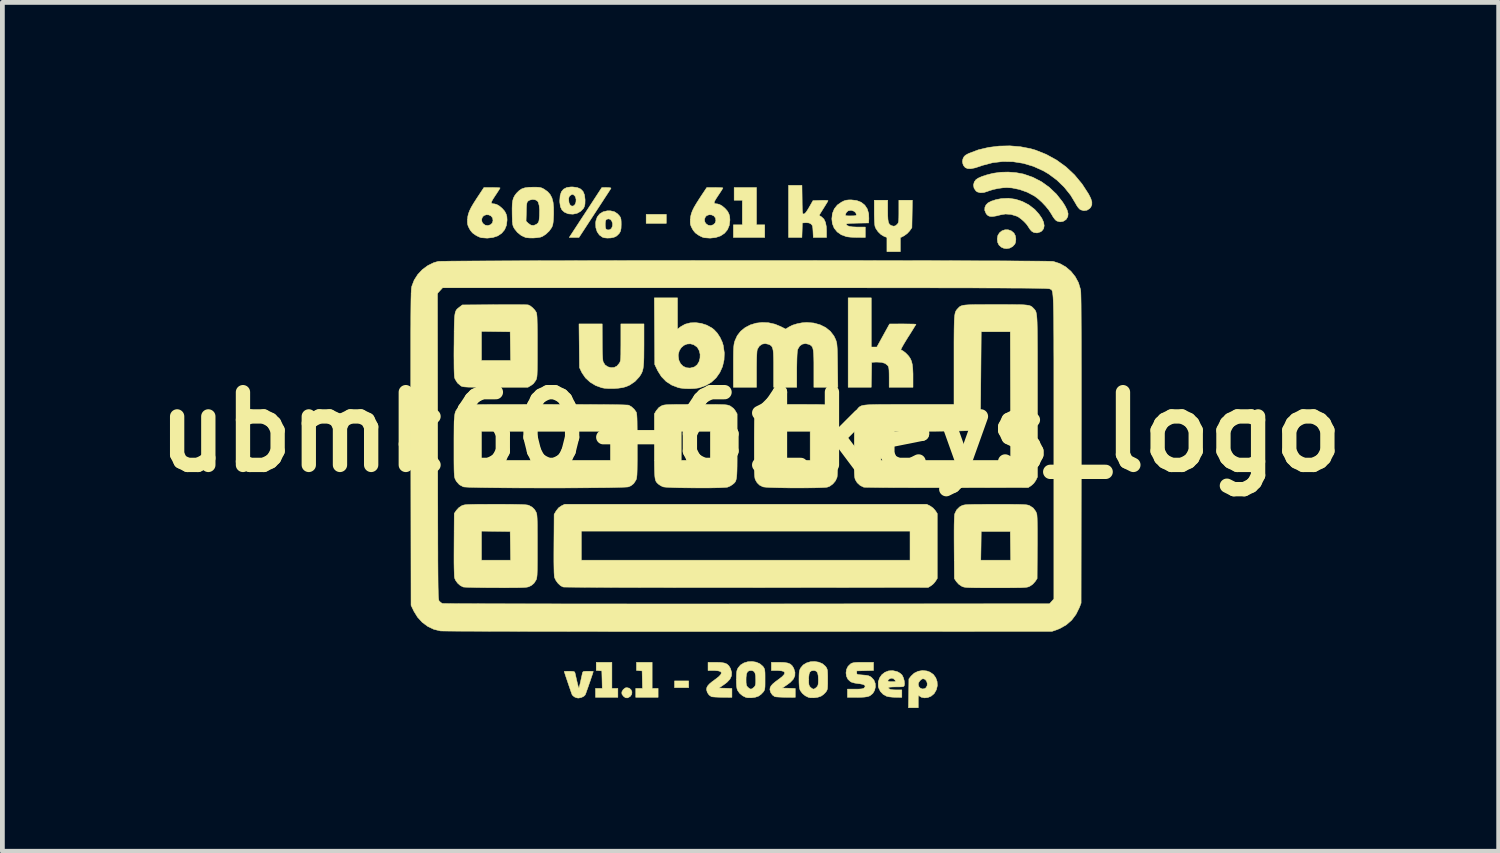
<source format=kicad_pcb>
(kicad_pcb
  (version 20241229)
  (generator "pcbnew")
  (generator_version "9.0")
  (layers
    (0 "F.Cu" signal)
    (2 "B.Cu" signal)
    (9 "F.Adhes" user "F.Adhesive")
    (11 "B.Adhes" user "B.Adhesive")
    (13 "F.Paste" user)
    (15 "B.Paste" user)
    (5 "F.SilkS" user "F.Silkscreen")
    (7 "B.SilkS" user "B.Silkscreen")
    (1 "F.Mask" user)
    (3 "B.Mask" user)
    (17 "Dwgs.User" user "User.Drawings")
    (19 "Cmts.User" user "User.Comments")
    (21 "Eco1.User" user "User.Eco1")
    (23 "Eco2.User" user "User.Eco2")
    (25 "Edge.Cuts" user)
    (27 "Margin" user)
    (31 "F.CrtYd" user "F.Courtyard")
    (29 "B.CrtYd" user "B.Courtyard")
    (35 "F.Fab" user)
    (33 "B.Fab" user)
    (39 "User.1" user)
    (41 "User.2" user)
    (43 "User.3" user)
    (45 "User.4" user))
  (footprint "ubmk60-61keys_logo"
    (layer "F.Cu")
    (at 12.671 5.999)
    (property "Reference" "ubmk60-61keys_logo" (at 0 0 0) (layer "F.SilkS") (effects (font (size 1.524 1.524) (thickness 0.3))))
    (attr through_hole)
    (fp_poly (pts (xy -1.764 -4.371) (xy -2.186 -4.371) (xy -2.186 -4.559) (xy -1.764 -4.559) (xy -1.764 -4.371)) (stroke (width 0.01) (type solid)) (fill yes) (layer "F.SilkS"))
    (fp_poly (pts (xy -1.296 5.355) (xy -1.592 5.355) (xy -1.592 5.214) (xy -1.296 5.214) (xy -1.296 5.355)) (stroke (width 0.01) (type solid)) (fill yes) (layer "F.SilkS"))
    (fp_poly (pts (xy 0.125 -4.34) (xy 0.297 -4.34) (xy 0.297 -4.075) (xy -0.359 -4.075) (xy -0.359 -4.34) (xy -0.172 -4.34) (xy -0.172 -4.855) (xy -0.343 -4.855) (xy -0.343 -5.121) (xy 0.125 -5.121) (xy 0.125 -4.34)) (stroke (width 0.01) (type solid)) (fill yes) (layer "F.SilkS"))
    (fp_poly (pts (xy -2.904 5.37) (xy -2.779 5.37) (xy -2.779 5.558) (xy -3.247 5.558) (xy -3.247 5.37) (xy -3.106 5.37) (xy -3.11 5.187) (xy -3.115 5.004) (xy -3.173 4.999) (xy -3.232 4.994) (xy -3.232 4.824) (xy -2.904 4.824) (xy -2.904 5.37)) (stroke (width 0.01) (type solid)) (fill yes) (layer "F.SilkS"))
    (fp_poly (pts (xy -2.061 5.37) (xy -1.936 5.37) (xy -1.936 5.558) (xy -2.404 5.558) (xy -2.404 5.37) (xy -2.263 5.37) (xy -2.267 5.187) (xy -2.271 5.004) (xy -2.33 4.999) (xy -2.389 4.994) (xy -2.389 4.824) (xy -2.061 4.824) (xy -2.061 5.37)) (stroke (width 0.01) (type solid)) (fill yes) (layer "F.SilkS"))
    (fp_poly (pts (xy -2.538 5.367) (xy -2.502 5.4) (xy -2.484 5.444) (xy -2.488 5.492) (xy -2.517 5.535) (xy -2.523 5.541) (xy -2.573 5.569) (xy -2.618 5.567) (xy -2.662 5.535) (xy -2.662 5.535) (xy -2.694 5.49) (xy -2.696 5.446) (xy -2.668 5.396) (xy -2.668 5.396) (xy -2.625 5.361) (xy -2.59 5.355) (xy -2.538 5.367)) (stroke (width 0.01) (type solid)) (fill yes) (layer "F.SilkS"))
    (fp_poly (pts (xy 5.461 -4.214) (xy 5.518 -4.167) (xy 5.547 -4.111) (xy 5.558 -4.042) (xy 5.551 -3.974) (xy 5.537 -3.937) (xy 5.492 -3.887) (xy 5.429 -3.852) (xy 5.363 -3.841) (xy 5.305 -3.849) (xy 5.255 -3.871) (xy 5.254 -3.871) (xy 5.204 -3.916) (xy 5.176 -3.974) (xy 5.168 -4.046) (xy 5.181 -4.118) (xy 5.216 -4.174) (xy 5.268 -4.215) (xy 5.33 -4.236) (xy 5.396 -4.236) (xy 5.461 -4.214)) (stroke (width 0.01) (type solid)) (fill yes) (layer "F.SilkS"))
    (fp_poly (pts (xy -2.966 -5.119) (xy -2.932 -5.114) (xy -2.922 -5.108) (xy -2.931 -5.092) (xy -2.956 -5.053) (xy -2.994 -4.994) (xy -3.044 -4.918) (xy -3.103 -4.827) (xy -3.17 -4.724) (xy -3.243 -4.612) (xy -3.261 -4.585) (xy -3.594 -4.075) (xy -3.797 -4.075) (xy -3.77 -4.118) (xy -3.755 -4.14) (xy -3.725 -4.186) (xy -3.683 -4.251) (xy -3.629 -4.333) (xy -3.568 -4.427) (xy -3.499 -4.532) (xy -3.428 -4.64) (xy -3.115 -5.12) (xy -3.016 -5.121) (xy -2.966 -5.119)) (stroke (width 0.01) (type solid)) (fill yes) (layer "F.SilkS"))
    (fp_poly (pts (xy -0.624 4.827) (xy -0.55 4.839) (xy -0.496 4.86) (xy -0.456 4.895) (xy -0.425 4.945) (xy -0.42 4.955) (xy -0.396 5.035) (xy -0.399 5.108) (xy -0.431 5.177) (xy -0.493 5.243) (xy -0.558 5.292) (xy -0.663 5.363) (xy -0.527 5.367) (xy -0.39 5.372) (xy -0.39 5.558) (xy -0.589 5.557) (xy -0.668 5.555) (xy -0.737 5.552) (xy -0.791 5.548) (xy -0.82 5.543) (xy -0.821 5.542) (xy -0.868 5.509) (xy -0.904 5.457) (xy -0.921 5.4) (xy -0.921 5.393) (xy -0.916 5.355) (xy -0.897 5.318) (xy -0.862 5.278) (xy -0.806 5.231) (xy -0.734 5.178) (xy -0.663 5.123) (xy -0.622 5.078) (xy -0.61 5.043) (xy -0.628 5.018) (xy -0.676 5.003) (xy -0.753 4.996) (xy -0.776 4.996) (xy -0.89 4.996) (xy -0.89 4.824) (xy -0.724 4.824) (xy -0.624 4.827)) (stroke (width 0.01) (type solid)) (fill yes) (layer "F.SilkS"))
    (fp_poly (pts (xy 0.703 4.827) (xy 0.777 4.839) (xy 0.831 4.86) (xy 0.871 4.895) (xy 0.902 4.945) (xy 0.907 4.955) (xy 0.931 5.035) (xy 0.928 5.108) (xy 0.896 5.177) (xy 0.834 5.243) (xy 0.769 5.292) (xy 0.663 5.363) (xy 0.8 5.367) (xy 0.937 5.372) (xy 0.937 5.558) (xy 0.738 5.557) (xy 0.659 5.555) (xy 0.59 5.552) (xy 0.536 5.548) (xy 0.507 5.543) (xy 0.506 5.542) (xy 0.459 5.509) (xy 0.423 5.457) (xy 0.406 5.4) (xy 0.406 5.393) (xy 0.411 5.355) (xy 0.43 5.318) (xy 0.465 5.278) (xy 0.521 5.231) (xy 0.593 5.178) (xy 0.664 5.123) (xy 0.705 5.078) (xy 0.717 5.043) (xy 0.699 5.018) (xy 0.651 5.003) (xy 0.574 4.996) (xy 0.551 4.996) (xy 0.437 4.996) (xy 0.437 4.824) (xy 0.603 4.824) (xy 0.703 4.827)) (stroke (width 0.01) (type solid)) (fill yes) (layer "F.SilkS"))
    (fp_poly (pts (xy 2.873 -4.637) (xy 2.874 -4.534) (xy 2.878 -4.458) (xy 2.886 -4.403) (xy 2.9 -4.366) (xy 2.92 -4.342) (xy 2.945 -4.326) (xy 2.994 -4.311) (xy 3.033 -4.318) (xy 3.068 -4.347) (xy 3.083 -4.363) (xy 3.093 -4.38) (xy 3.1 -4.404) (xy 3.104 -4.44) (xy 3.106 -4.493) (xy 3.107 -4.57) (xy 3.107 -4.62) (xy 3.107 -4.855) (xy 3.39 -4.855) (xy 3.385 -4.568) (xy 3.38 -4.28) (xy 3.333 -4.213) (xy 3.281 -4.157) (xy 3.217 -4.111) (xy 3.212 -4.108) (xy 3.138 -4.07) (xy 3.138 -3.778) (xy 2.857 -3.778) (xy 2.857 -4.075) (xy 2.794 -4.1) (xy 2.732 -4.137) (xy 2.673 -4.194) (xy 2.627 -4.26) (xy 2.607 -4.308) (xy 2.602 -4.343) (xy 2.597 -4.402) (xy 2.594 -4.478) (xy 2.592 -4.565) (xy 2.592 -4.609) (xy 2.592 -4.855) (xy 2.873 -4.855) (xy 2.873 -4.637)) (stroke (width 0.01) (type solid)) (fill yes) (layer "F.SilkS"))
    (fp_poly (pts (xy 5.552 -4.875) (xy 5.695 -4.828) (xy 5.828 -4.759) (xy 5.946 -4.668) (xy 5.96 -4.655) (xy 6.042 -4.563) (xy 6.102 -4.476) (xy 6.139 -4.394) (xy 6.151 -4.321) (xy 6.139 -4.259) (xy 6.102 -4.211) (xy 6.073 -4.192) (xy 6.004 -4.17) (xy 5.938 -4.178) (xy 5.895 -4.201) (xy 5.86 -4.237) (xy 5.828 -4.284) (xy 5.824 -4.291) (xy 5.786 -4.347) (xy 5.731 -4.407) (xy 5.667 -4.463) (xy 5.605 -4.507) (xy 5.579 -4.52) (xy 5.456 -4.558) (xy 5.339 -4.566) (xy 5.243 -4.55) (xy 5.146 -4.526) (xy 5.072 -4.514) (xy 5.017 -4.516) (xy 4.977 -4.531) (xy 4.946 -4.56) (xy 4.933 -4.579) (xy 4.906 -4.643) (xy 4.909 -4.705) (xy 4.932 -4.756) (xy 4.974 -4.799) (xy 5.045 -4.836) (xy 5.141 -4.867) (xy 5.259 -4.89) (xy 5.263 -4.89) (xy 5.405 -4.896) (xy 5.552 -4.875)) (stroke (width 0.01) (type solid)) (fill yes) (layer "F.SilkS"))
    (fp_poly (pts (xy 3.695 5.006) (xy 3.758 5.029) (xy 3.83 5.079) (xy 3.88 5.148) (xy 3.908 5.227) (xy 3.913 5.313) (xy 3.893 5.398) (xy 3.848 5.477) (xy 3.838 5.487) (xy 3.781 5.534) (xy 3.713 5.562) (xy 3.643 5.569) (xy 3.579 5.556) (xy 3.541 5.532) (xy 3.527 5.521) (xy 3.519 5.523) (xy 3.515 5.541) (xy 3.513 5.582) (xy 3.513 5.641) (xy 3.513 5.776) (xy 3.308 5.776) (xy 3.313 5.474) (xy 3.316 5.284) (xy 3.513 5.284) (xy 3.525 5.332) (xy 3.557 5.366) (xy 3.6 5.382) (xy 3.645 5.377) (xy 3.677 5.355) (xy 3.7 5.31) (xy 3.701 5.261) (xy 3.685 5.214) (xy 3.654 5.18) (xy 3.612 5.167) (xy 3.58 5.18) (xy 3.546 5.212) (xy 3.521 5.251) (xy 3.513 5.284) (xy 3.316 5.284) (xy 3.317 5.173) (xy 3.362 5.114) (xy 3.428 5.052) (xy 3.51 5.012) (xy 3.602 4.996) (xy 3.695 5.006)) (stroke (width 0.01) (type solid)) (fill yes) (layer "F.SilkS"))
    (fp_poly (pts (xy -3.723 -5.133) (xy -3.628 -5.12) (xy -3.557 -5.089) (xy -3.508 -5.039) (xy -3.478 -4.966) (xy -3.466 -4.868) (xy -3.466 -4.842) (xy -3.468 -4.776) (xy -3.478 -4.729) (xy -3.496 -4.69) (xy -3.501 -4.682) (xy -3.559 -4.622) (xy -3.634 -4.581) (xy -3.72 -4.563) (xy -3.808 -4.569) (xy -3.828 -4.574) (xy -3.9 -4.606) (xy -3.951 -4.653) (xy -3.982 -4.719) (xy -3.995 -4.808) (xy -3.996 -4.847) (xy -3.995 -4.859) (xy -3.809 -4.859) (xy -3.801 -4.799) (xy -3.779 -4.756) (xy -3.749 -4.733) (xy -3.714 -4.733) (xy -3.68 -4.761) (xy -3.677 -4.765) (xy -3.657 -4.815) (xy -3.654 -4.873) (xy -3.668 -4.926) (xy -3.684 -4.949) (xy -3.714 -4.974) (xy -3.739 -4.977) (xy -3.772 -4.957) (xy -3.775 -4.956) (xy -3.798 -4.932) (xy -3.808 -4.896) (xy -3.809 -4.859) (xy -3.995 -4.859) (xy -3.988 -4.952) (xy -3.962 -5.032) (xy -3.916 -5.087) (xy -3.85 -5.121) (xy -3.763 -5.133) (xy -3.723 -5.133)) (stroke (width 0.01) (type solid)) (fill yes) (layer "F.SilkS"))
    (fp_poly (pts (xy -2.934 -4.633) (xy -2.852 -4.614) (xy -2.785 -4.57) (xy -2.741 -4.521) (xy -2.724 -4.493) (xy -2.714 -4.458) (xy -2.71 -4.408) (xy -2.709 -4.348) (xy -2.712 -4.266) (xy -2.724 -4.206) (xy -2.75 -4.16) (xy -2.792 -4.118) (xy -2.815 -4.1) (xy -2.863 -4.078) (xy -2.928 -4.065) (xy -3 -4.062) (xy -3.066 -4.069) (xy -3.1 -4.08) (xy -3.166 -4.127) (xy -3.213 -4.195) (xy -3.24 -4.28) (xy -3.244 -4.372) (xy -3.043 -4.372) (xy -3.043 -4.32) (xy -3.037 -4.275) (xy -3.026 -4.249) (xy -2.989 -4.232) (xy -2.947 -4.238) (xy -2.912 -4.265) (xy -2.892 -4.314) (xy -2.89 -4.367) (xy -2.905 -4.415) (xy -2.932 -4.451) (xy -2.971 -4.465) (xy -2.972 -4.465) (xy -3.008 -4.457) (xy -3.026 -4.446) (xy -3.037 -4.418) (xy -3.043 -4.372) (xy -3.244 -4.372) (xy -3.244 -4.379) (xy -3.239 -4.422) (xy -3.211 -4.504) (xy -3.16 -4.568) (xy -3.089 -4.612) (xy -3.002 -4.633) (xy -2.934 -4.633)) (stroke (width 0.01) (type solid)) (fill yes) (layer "F.SilkS"))
    (fp_poly (pts (xy 5.559 -5.433) (xy 5.71 -5.405) (xy 5.722 -5.402) (xy 5.913 -5.336) (xy 6.093 -5.243) (xy 6.259 -5.124) (xy 6.408 -4.982) (xy 6.536 -4.819) (xy 6.588 -4.737) (xy 6.632 -4.648) (xy 6.652 -4.574) (xy 6.646 -4.513) (xy 6.616 -4.46) (xy 6.605 -4.448) (xy 6.548 -4.412) (xy 6.484 -4.402) (xy 6.421 -4.418) (xy 6.396 -4.434) (xy 6.367 -4.465) (xy 6.333 -4.513) (xy 6.304 -4.563) (xy 6.251 -4.645) (xy 6.179 -4.734) (xy 6.097 -4.82) (xy 6.011 -4.896) (xy 5.942 -4.946) (xy 5.794 -5.024) (xy 5.636 -5.08) (xy 5.476 -5.113) (xy 5.366 -5.12) (xy 5.281 -5.115) (xy 5.183 -5.101) (xy 5.085 -5.08) (xy 4.999 -5.054) (xy 4.966 -5.041) (xy 4.886 -5.016) (xy 4.812 -5.012) (xy 4.751 -5.029) (xy 4.722 -5.049) (xy 4.682 -5.108) (xy 4.67 -5.174) (xy 4.687 -5.238) (xy 4.72 -5.284) (xy 4.768 -5.317) (xy 4.844 -5.351) (xy 4.943 -5.384) (xy 5.061 -5.414) (xy 5.089 -5.42) (xy 5.236 -5.441) (xy 5.397 -5.445) (xy 5.559 -5.433)) (stroke (width 0.01) (type solid)) (fill yes) (layer "F.SilkS"))
    (fp_poly (pts (xy 5.652 -5.976) (xy 5.865 -5.935) (xy 5.962 -5.907) (xy 6.194 -5.815) (xy 6.409 -5.697) (xy 6.607 -5.554) (xy 6.786 -5.386) (xy 6.945 -5.194) (xy 7.082 -4.983) (xy 7.127 -4.893) (xy 7.15 -4.82) (xy 7.149 -4.759) (xy 7.126 -4.708) (xy 7.104 -4.682) (xy 7.048 -4.646) (xy 6.983 -4.636) (xy 6.919 -4.653) (xy 6.894 -4.669) (xy 6.863 -4.702) (xy 6.83 -4.75) (xy 6.812 -4.783) (xy 6.705 -4.961) (xy 6.571 -5.128) (xy 6.417 -5.277) (xy 6.245 -5.405) (xy 6.129 -5.473) (xy 5.925 -5.565) (xy 5.714 -5.628) (xy 5.499 -5.662) (xy 5.284 -5.666) (xy 5.071 -5.641) (xy 4.862 -5.586) (xy 4.819 -5.571) (xy 4.707 -5.534) (xy 4.618 -5.516) (xy 4.549 -5.517) (xy 4.498 -5.539) (xy 4.463 -5.58) (xy 4.448 -5.617) (xy 4.439 -5.666) (xy 4.446 -5.71) (xy 4.455 -5.735) (xy 4.474 -5.77) (xy 4.502 -5.797) (xy 4.547 -5.823) (xy 4.578 -5.838) (xy 4.773 -5.911) (xy 4.985 -5.961) (xy 5.206 -5.989) (xy 5.431 -5.994) (xy 5.652 -5.976)) (stroke (width 0.01) (type solid)) (fill yes) (layer "F.SilkS"))
    (fp_poly (pts (xy 1.081 -4.867) (xy 1.082 -4.763) (xy 1.084 -4.686) (xy 1.087 -4.633) (xy 1.09 -4.598) (xy 1.095 -4.578) (xy 1.103 -4.569) (xy 1.113 -4.566) (xy 1.116 -4.566) (xy 1.136 -4.575) (xy 1.163 -4.604) (xy 1.197 -4.655) (xy 1.228 -4.707) (xy 1.308 -4.847) (xy 1.466 -4.852) (xy 1.532 -4.853) (xy 1.584 -4.852) (xy 1.616 -4.849) (xy 1.624 -4.846) (xy 1.616 -4.829) (xy 1.594 -4.792) (xy 1.562 -4.74) (xy 1.529 -4.687) (xy 1.492 -4.628) (xy 1.462 -4.58) (xy 1.444 -4.548) (xy 1.439 -4.537) (xy 1.454 -4.527) (xy 1.485 -4.508) (xy 1.488 -4.506) (xy 1.537 -4.46) (xy 1.57 -4.391) (xy 1.588 -4.298) (xy 1.592 -4.211) (xy 1.592 -4.075) (xy 1.315 -4.075) (xy 1.309 -4.201) (xy 1.305 -4.266) (xy 1.299 -4.308) (xy 1.288 -4.334) (xy 1.27 -4.354) (xy 1.266 -4.358) (xy 1.226 -4.379) (xy 1.172 -4.384) (xy 1.157 -4.384) (xy 1.085 -4.379) (xy 1.081 -4.227) (xy 1.076 -4.075) (xy 0.796 -4.075) (xy 0.796 -5.167) (xy 1.077 -5.167) (xy 1.081 -4.867)) (stroke (width 0.01) (type solid)) (fill yes) (layer "F.SilkS"))
    (fp_poly (pts (xy 2.529 -1.78) (xy 2.646 -1.78) (xy 2.779 -2.022) (xy 2.912 -2.263) (xy 3.189 -2.264) (xy 3.278 -2.263) (xy 3.355 -2.262) (xy 3.415 -2.261) (xy 3.454 -2.258) (xy 3.466 -2.256) (xy 3.458 -2.242) (xy 3.435 -2.205) (xy 3.401 -2.149) (xy 3.358 -2.08) (xy 3.308 -2.001) (xy 3.299 -1.988) (xy 3.25 -1.908) (xy 3.207 -1.837) (xy 3.175 -1.78) (xy 3.155 -1.74) (xy 3.15 -1.722) (xy 3.15 -1.721) (xy 3.196 -1.697) (xy 3.25 -1.655) (xy 3.3 -1.604) (xy 3.319 -1.581) (xy 3.35 -1.533) (xy 3.373 -1.478) (xy 3.389 -1.411) (xy 3.398 -1.327) (xy 3.403 -1.22) (xy 3.403 -1.147) (xy 3.403 -0.937) (xy 2.904 -0.937) (xy 2.904 -1.145) (xy 2.903 -1.232) (xy 2.901 -1.293) (xy 2.897 -1.334) (xy 2.89 -1.363) (xy 2.88 -1.384) (xy 2.872 -1.395) (xy 2.819 -1.437) (xy 2.742 -1.46) (xy 2.642 -1.465) (xy 2.631 -1.465) (xy 2.537 -1.46) (xy 2.533 -1.198) (xy 2.528 -0.937) (xy 2.045 -0.937) (xy 2.045 -2.81) (xy 2.529 -2.81) (xy 2.529 -1.78)) (stroke (width 0.01) (type solid)) (fill yes) (layer "F.SilkS"))
    (fp_poly (pts (xy -3.106 -1.893) (xy -3.105 -1.747) (xy -3.102 -1.63) (xy -3.097 -1.544) (xy -3.091 -1.487) (xy -3.086 -1.469) (xy -3.049 -1.407) (xy -2.99 -1.366) (xy -2.926 -1.349) (xy -2.856 -1.352) (xy -2.798 -1.382) (xy -2.752 -1.435) (xy -2.741 -1.452) (xy -2.733 -1.47) (xy -2.726 -1.493) (xy -2.722 -1.525) (xy -2.719 -1.57) (xy -2.717 -1.632) (xy -2.717 -1.716) (xy -2.716 -1.825) (xy -2.716 -1.876) (xy -2.716 -2.264) (xy -2.232 -2.264) (xy -2.232 -1.822) (xy -2.233 -1.676) (xy -2.234 -1.559) (xy -2.237 -1.464) (xy -2.243 -1.389) (xy -2.251 -1.329) (xy -2.263 -1.28) (xy -2.279 -1.239) (xy -2.3 -1.201) (xy -2.326 -1.162) (xy -2.334 -1.151) (xy -2.422 -1.057) (xy -2.53 -0.984) (xy -2.605 -0.951) (xy -2.676 -0.931) (xy -2.767 -0.918) (xy -2.868 -0.91) (xy -2.969 -0.91) (xy -3.06 -0.917) (xy -3.115 -0.927) (xy -3.245 -0.974) (xy -3.36 -1.044) (xy -3.457 -1.133) (xy -3.529 -1.238) (xy -3.541 -1.261) (xy -3.583 -1.35) (xy -3.588 -1.807) (xy -3.593 -2.264) (xy -3.107 -2.264) (xy -3.106 -1.893)) (stroke (width 0.01) (type solid)) (fill yes) (layer "F.SilkS"))
    (fp_poly (pts (xy 2.576 4.995) (xy 2.225 5.004) (xy 2.225 5.043) (xy 2.226 5.062) (xy 2.235 5.074) (xy 2.258 5.081) (xy 2.301 5.086) (xy 2.351 5.09) (xy 2.42 5.096) (xy 2.468 5.105) (xy 2.504 5.12) (xy 2.534 5.141) (xy 2.585 5.197) (xy 2.612 5.266) (xy 2.616 5.339) (xy 2.599 5.411) (xy 2.562 5.475) (xy 2.504 5.522) (xy 2.482 5.533) (xy 2.439 5.545) (xy 2.381 5.553) (xy 2.301 5.557) (xy 2.224 5.558) (xy 2.03 5.558) (xy 2.03 5.386) (xy 2.192 5.386) (xy 2.271 5.385) (xy 2.324 5.381) (xy 2.358 5.374) (xy 2.378 5.363) (xy 2.38 5.361) (xy 2.401 5.33) (xy 2.394 5.306) (xy 2.358 5.287) (xy 2.293 5.274) (xy 2.247 5.269) (xy 2.178 5.258) (xy 2.119 5.241) (xy 2.094 5.229) (xy 2.041 5.18) (xy 2.01 5.116) (xy 2 5.045) (xy 2.011 4.973) (xy 2.043 4.908) (xy 2.096 4.857) (xy 2.099 4.855) (xy 2.124 4.842) (xy 2.152 4.834) (xy 2.191 4.828) (xy 2.245 4.825) (xy 2.322 4.824) (xy 2.363 4.824) (xy 2.576 4.824) (xy 2.576 4.995)) (stroke (width 0.01) (type solid)) (fill yes) (layer "F.SilkS"))
    (fp_poly (pts (xy 3.758 1.547) (xy 3.823 1.592) (xy 3.869 1.644) (xy 3.911 1.707) (xy 3.911 3.068) (xy 3.875 3.125) (xy 3.837 3.173) (xy 3.789 3.214) (xy 3.781 3.219) (xy 3.723 3.255) (xy -0.078 3.258) (xy -0.464 3.258) (xy -0.834 3.258) (xy -1.189 3.258) (xy -1.527 3.258) (xy -1.847 3.257) (xy -2.148 3.257) (xy -2.43 3.256) (xy -2.69 3.256) (xy -2.929 3.255) (xy -3.144 3.254) (xy -3.336 3.253) (xy -3.503 3.252) (xy -3.643 3.251) (xy -3.757 3.25) (xy -3.843 3.249) (xy -3.9 3.248) (xy -3.927 3.246) (xy -3.928 3.246) (xy -3.979 3.219) (xy -4.031 3.171) (xy -4.075 3.112) (xy -4.104 3.052) (xy -4.106 3.045) (xy -4.111 3.009) (xy -4.115 2.942) (xy -4.117 2.845) (xy -4.119 2.717) (xy -4.119 2.559) (xy -4.118 2.369) (xy -4.118 2.353) (xy -4.116 2.076) (xy -3.544 2.076) (xy -3.544 2.685) (xy 3.341 2.685) (xy 3.341 2.076) (xy -3.544 2.076) (xy -4.116 2.076) (xy -4.114 1.725) (xy -4.071 1.652) (xy -4.019 1.587) (xy -3.961 1.547) (xy -3.893 1.514) (xy 3.69 1.514) (xy 3.758 1.547)) (stroke (width 0.01) (type solid)) (fill yes) (layer "F.SilkS"))
    (fp_poly (pts (xy 3.067 5.018) (xy 3.086 5.026) (xy 3.132 5.053) (xy 3.17 5.086) (xy 3.177 5.096) (xy 3.203 5.15) (xy 3.22 5.214) (xy 3.226 5.274) (xy 3.222 5.301) (xy 3.217 5.318) (xy 3.207 5.329) (xy 3.186 5.335) (xy 3.149 5.338) (xy 3.089 5.339) (xy 3.05 5.339) (xy 2.983 5.34) (xy 2.93 5.343) (xy 2.896 5.348) (xy 2.888 5.352) (xy 2.899 5.376) (xy 2.934 5.392) (xy 2.994 5.4) (xy 3.047 5.402) (xy 3.169 5.402) (xy 3.169 5.558) (xy 3.04 5.557) (xy 2.971 5.554) (xy 2.904 5.547) (xy 2.854 5.536) (xy 2.849 5.534) (xy 2.778 5.495) (xy 2.72 5.434) (xy 2.684 5.36) (xy 2.676 5.328) (xy 2.676 5.235) (xy 2.686 5.203) (xy 2.878 5.203) (xy 2.878 5.219) (xy 2.905 5.228) (xy 2.96 5.23) (xy 3.01 5.229) (xy 3.033 5.226) (xy 3.037 5.216) (xy 3.026 5.197) (xy 3.025 5.195) (xy 2.988 5.162) (xy 2.944 5.156) (xy 2.902 5.176) (xy 2.878 5.203) (xy 2.686 5.203) (xy 2.702 5.153) (xy 2.749 5.085) (xy 2.814 5.034) (xy 2.891 5.004) (xy 2.977 4.998) (xy 3.067 5.018)) (stroke (width 0.01) (type solid)) (fill yes) (layer "F.SilkS"))
    (fp_poly (pts (xy 2.223 -4.849) (xy 2.318 -4.812) (xy 2.393 -4.752) (xy 2.446 -4.672) (xy 2.475 -4.572) (xy 2.479 -4.468) (xy 2.474 -4.379) (xy 2.235 -4.375) (xy 2.139 -4.372) (xy 2.071 -4.369) (xy 2.027 -4.364) (xy 2.006 -4.358) (xy 2.002 -4.351) (xy 2.023 -4.326) (xy 2.066 -4.308) (xy 2.135 -4.297) (xy 2.231 -4.293) (xy 2.244 -4.293) (xy 2.404 -4.293) (xy 2.404 -4.075) (xy 2.236 -4.076) (xy 2.16 -4.078) (xy 2.089 -4.082) (xy 2.034 -4.088) (xy 2.01 -4.092) (xy 1.902 -4.131) (xy 1.816 -4.191) (xy 1.752 -4.27) (xy 1.714 -4.366) (xy 1.703 -4.465) (xy 1.712 -4.545) (xy 1.987 -4.545) (xy 1.993 -4.534) (xy 2.014 -4.529) (xy 2.057 -4.527) (xy 2.099 -4.527) (xy 2.159 -4.528) (xy 2.195 -4.532) (xy 2.212 -4.539) (xy 2.217 -4.553) (xy 2.217 -4.556) (xy 2.203 -4.595) (xy 2.166 -4.625) (xy 2.117 -4.642) (xy 2.099 -4.643) (xy 2.042 -4.632) (xy 2.005 -4.596) (xy 1.991 -4.562) (xy 1.987 -4.545) (xy 1.712 -4.545) (xy 1.716 -4.579) (xy 1.755 -4.675) (xy 1.819 -4.755) (xy 1.907 -4.816) (xy 1.957 -4.841) (xy 2.003 -4.855) (xy 2.056 -4.861) (xy 2.108 -4.862) (xy 2.223 -4.849)) (stroke (width 0.01) (type solid)) (fill yes) (layer "F.SilkS"))
    (fp_poly (pts (xy -1.53 -2.155) (xy -1.461 -2.207) (xy -1.37 -2.258) (xy -1.264 -2.286) (xy -1.149 -2.291) (xy -1.032 -2.275) (xy -0.917 -2.238) (xy -0.811 -2.18) (xy -0.766 -2.145) (xy -0.698 -2.073) (xy -0.638 -1.981) (xy -0.591 -1.879) (xy -0.571 -1.811) (xy -0.549 -1.657) (xy -0.555 -1.509) (xy -0.587 -1.371) (xy -0.643 -1.246) (xy -0.72 -1.136) (xy -0.819 -1.044) (xy -0.937 -0.974) (xy -1.072 -0.927) (xy -1.09 -0.923) (xy -1.175 -0.911) (xy -1.276 -0.907) (xy -1.378 -0.91) (xy -1.47 -0.921) (xy -1.513 -0.93) (xy -1.649 -0.982) (xy -1.768 -1.059) (xy -1.867 -1.161) (xy -1.945 -1.285) (xy -1.95 -1.296) (xy -2.006 -1.413) (xy -2.007 -1.592) (xy -1.514 -1.592) (xy -1.501 -1.504) (xy -1.466 -1.431) (xy -1.412 -1.377) (xy -1.344 -1.346) (xy -1.267 -1.339) (xy -1.185 -1.36) (xy -1.169 -1.367) (xy -1.115 -1.411) (xy -1.078 -1.474) (xy -1.058 -1.548) (xy -1.056 -1.628) (xy -1.074 -1.703) (xy -1.111 -1.768) (xy -1.123 -1.781) (xy -1.188 -1.828) (xy -1.259 -1.848) (xy -1.33 -1.843) (xy -1.395 -1.816) (xy -1.451 -1.768) (xy -1.492 -1.704) (xy -1.513 -1.624) (xy -1.514 -1.592) (xy -2.007 -1.592) (xy -2.015 -2.81) (xy -1.53 -2.81) (xy -1.53 -2.155)) (stroke (width 0.01) (type solid)) (fill yes) (layer "F.SilkS"))
    (fp_poly (pts (xy -3.349 5.012) (xy -3.31 5.013) (xy -3.294 5.016) (xy -3.294 5.016) (xy -3.299 5.034) (xy -3.312 5.076) (xy -3.332 5.134) (xy -3.355 5.204) (xy -3.381 5.278) (xy -3.406 5.351) (xy -3.43 5.417) (xy -3.448 5.469) (xy -3.461 5.5) (xy -3.463 5.506) (xy -3.493 5.536) (xy -3.542 5.56) (xy -3.596 5.572) (xy -3.613 5.573) (xy -3.651 5.565) (xy -3.686 5.55) (xy -3.72 5.524) (xy -3.739 5.5) (xy -3.747 5.477) (xy -3.763 5.432) (xy -3.784 5.371) (xy -3.808 5.301) (xy -3.833 5.227) (xy -3.857 5.156) (xy -3.878 5.094) (xy -3.893 5.046) (xy -3.902 5.019) (xy -3.903 5.016) (xy -3.889 5.014) (xy -3.851 5.012) (xy -3.798 5.011) (xy -3.795 5.011) (xy -3.736 5.013) (xy -3.701 5.018) (xy -3.684 5.028) (xy -3.679 5.039) (xy -3.672 5.065) (xy -3.661 5.114) (xy -3.647 5.177) (xy -3.637 5.219) (xy -3.622 5.282) (xy -3.609 5.331) (xy -3.599 5.36) (xy -3.596 5.365) (xy -3.589 5.347) (xy -3.578 5.306) (xy -3.565 5.25) (xy -3.558 5.22) (xy -3.544 5.153) (xy -3.531 5.096) (xy -3.522 5.055) (xy -3.52 5.046) (xy -3.513 5.028) (xy -3.498 5.017) (xy -3.468 5.013) (xy -3.415 5.011) (xy -3.403 5.011) (xy -3.349 5.012)) (stroke (width 0.01) (type solid)) (fill yes) (layer "F.SilkS"))
    (fp_poly (pts (xy -5.346 -5.12) (xy -5.291 -5.118) (xy -5.256 -5.115) (xy -5.245 -5.112) (xy -5.254 -5.097) (xy -5.276 -5.061) (xy -5.309 -5.01) (xy -5.347 -4.953) (xy -5.392 -4.884) (xy -5.419 -4.836) (xy -5.429 -4.806) (xy -5.422 -4.789) (xy -5.398 -4.781) (xy -5.362 -4.778) (xy -5.315 -4.765) (xy -5.26 -4.733) (xy -5.205 -4.687) (xy -5.159 -4.636) (xy -5.143 -4.613) (xy -5.118 -4.562) (xy -5.104 -4.512) (xy -5.1 -4.449) (xy -5.1 -4.436) (xy -5.113 -4.329) (xy -5.151 -4.237) (xy -5.213 -4.163) (xy -5.295 -4.108) (xy -5.397 -4.074) (xy -5.515 -4.061) (xy -5.638 -4.07) (xy -5.673 -4.081) (xy -5.723 -4.104) (xy -5.762 -4.126) (xy -5.823 -4.17) (xy -5.866 -4.221) (xy -5.89 -4.262) (xy -5.915 -4.313) (xy -5.927 -4.355) (xy -5.931 -4.402) (xy -5.929 -4.453) (xy -5.634 -4.453) (xy -5.624 -4.399) (xy -5.603 -4.366) (xy -5.559 -4.333) (xy -5.503 -4.324) (xy -5.447 -4.341) (xy -5.41 -4.376) (xy -5.394 -4.427) (xy -5.402 -4.481) (xy -5.402 -4.482) (xy -5.435 -4.525) (xy -5.483 -4.548) (xy -5.536 -4.551) (xy -5.585 -4.533) (xy -5.613 -4.506) (xy -5.634 -4.453) (xy -5.929 -4.453) (xy -5.928 -4.457) (xy -5.922 -4.516) (xy -5.908 -4.574) (xy -5.885 -4.636) (xy -5.85 -4.707) (xy -5.801 -4.79) (xy -5.736 -4.892) (xy -5.702 -4.943) (xy -5.584 -5.121) (xy -5.415 -5.121) (xy -5.346 -5.12)) (stroke (width 0.01) (type solid)) (fill yes) (layer "F.SilkS"))
    (fp_poly (pts (xy -0.678 -5.12) (xy -0.623 -5.118) (xy -0.588 -5.115) (xy -0.578 -5.112) (xy -0.586 -5.097) (xy -0.608 -5.061) (xy -0.641 -5.01) (xy -0.679 -4.953) (xy -0.724 -4.884) (xy -0.752 -4.836) (xy -0.761 -4.806) (xy -0.754 -4.789) (xy -0.73 -4.781) (xy -0.694 -4.778) (xy -0.647 -4.765) (xy -0.592 -4.733) (xy -0.537 -4.687) (xy -0.491 -4.636) (xy -0.475 -4.613) (xy -0.45 -4.562) (xy -0.437 -4.512) (xy -0.432 -4.449) (xy -0.432 -4.436) (xy -0.445 -4.329) (xy -0.483 -4.237) (xy -0.545 -4.163) (xy -0.628 -4.108) (xy -0.729 -4.074) (xy -0.847 -4.061) (xy -0.97 -4.07) (xy -1.006 -4.081) (xy -1.055 -4.104) (xy -1.094 -4.126) (xy -1.155 -4.17) (xy -1.198 -4.221) (xy -1.222 -4.262) (xy -1.247 -4.313) (xy -1.26 -4.355) (xy -1.263 -4.402) (xy -1.261 -4.453) (xy -0.966 -4.453) (xy -0.956 -4.399) (xy -0.936 -4.366) (xy -0.891 -4.333) (xy -0.836 -4.324) (xy -0.779 -4.341) (xy -0.743 -4.376) (xy -0.726 -4.427) (xy -0.734 -4.481) (xy -0.734 -4.482) (xy -0.767 -4.525) (xy -0.815 -4.548) (xy -0.868 -4.551) (xy -0.918 -4.533) (xy -0.945 -4.506) (xy -0.966 -4.453) (xy -1.261 -4.453) (xy -1.261 -4.457) (xy -1.254 -4.516) (xy -1.24 -4.574) (xy -1.217 -4.636) (xy -1.182 -4.707) (xy -1.133 -4.79) (xy -1.068 -4.892) (xy -1.035 -4.943) (xy -0.916 -5.121) (xy -0.747 -5.121) (xy -0.678 -5.12)) (stroke (width 0.01) (type solid)) (fill yes) (layer "F.SilkS"))
    (fp_poly (pts (xy 0.118 4.821) (xy 0.195 4.854) (xy 0.258 4.908) (xy 0.268 4.921) (xy 0.283 4.944) (xy 0.293 4.968) (xy 0.299 4.999) (xy 0.303 5.044) (xy 0.304 5.108) (xy 0.304 5.184) (xy 0.304 5.27) (xy 0.303 5.33) (xy 0.299 5.372) (xy 0.293 5.401) (xy 0.282 5.424) (xy 0.266 5.447) (xy 0.262 5.451) (xy 0.221 5.494) (xy 0.171 5.53) (xy 0.161 5.535) (xy 0.095 5.557) (xy 0.017 5.567) (xy -0.058 5.566) (xy -0.099 5.558) (xy -0.166 5.525) (xy -0.227 5.474) (xy -0.269 5.415) (xy -0.271 5.412) (xy -0.284 5.375) (xy -0.292 5.324) (xy -0.296 5.253) (xy -0.296 5.187) (xy -0.094 5.187) (xy -0.093 5.251) (xy -0.088 5.292) (xy -0.078 5.32) (xy -0.06 5.343) (xy -0.055 5.348) (xy -0.022 5.374) (xy 0.006 5.386) (xy 0.008 5.386) (xy 0.035 5.376) (xy 0.068 5.35) (xy 0.071 5.348) (xy 0.091 5.325) (xy 0.102 5.298) (xy 0.108 5.26) (xy 0.109 5.202) (xy 0.109 5.187) (xy 0.106 5.104) (xy 0.093 5.047) (xy 0.07 5.013) (xy 0.034 4.998) (xy 0.008 4.996) (xy -0.036 5.003) (xy -0.066 5.026) (xy -0.084 5.069) (xy -0.093 5.137) (xy -0.094 5.187) (xy -0.296 5.187) (xy -0.296 5.181) (xy -0.295 5.1) (xy -0.292 5.043) (xy -0.286 5.002) (xy -0.275 4.97) (xy -0.261 4.942) (xy -0.209 4.88) (xy -0.138 4.837) (xy -0.056 4.812) (xy 0.032 4.807) (xy 0.118 4.821)) (stroke (width 0.01) (type solid)) (fill yes) (layer "F.SilkS"))
    (fp_poly (pts (xy 1.429 4.821) (xy 1.507 4.854) (xy 1.569 4.908) (xy 1.579 4.921) (xy 1.594 4.944) (xy 1.604 4.968) (xy 1.611 4.999) (xy 1.614 5.044) (xy 1.616 5.108) (xy 1.616 5.184) (xy 1.616 5.27) (xy 1.614 5.33) (xy 1.611 5.372) (xy 1.604 5.401) (xy 1.593 5.424) (xy 1.577 5.447) (xy 1.574 5.451) (xy 1.532 5.494) (xy 1.482 5.53) (xy 1.472 5.535) (xy 1.406 5.557) (xy 1.328 5.567) (xy 1.254 5.566) (xy 1.213 5.558) (xy 1.146 5.525) (xy 1.085 5.474) (xy 1.042 5.415) (xy 1.04 5.412) (xy 1.028 5.375) (xy 1.02 5.324) (xy 1.016 5.253) (xy 1.015 5.187) (xy 1.218 5.187) (xy 1.219 5.251) (xy 1.223 5.292) (xy 1.234 5.32) (xy 1.251 5.343) (xy 1.256 5.348) (xy 1.289 5.374) (xy 1.317 5.386) (xy 1.319 5.386) (xy 1.347 5.376) (xy 1.38 5.35) (xy 1.382 5.348) (xy 1.402 5.325) (xy 1.414 5.298) (xy 1.419 5.26) (xy 1.421 5.202) (xy 1.421 5.187) (xy 1.417 5.104) (xy 1.405 5.047) (xy 1.382 5.013) (xy 1.346 4.998) (xy 1.319 4.996) (xy 1.275 5.003) (xy 1.245 5.026) (xy 1.227 5.069) (xy 1.219 5.137) (xy 1.218 5.187) (xy 1.015 5.187) (xy 1.015 5.181) (xy 1.016 5.1) (xy 1.019 5.043) (xy 1.025 5.002) (xy 1.036 4.97) (xy 1.05 4.942) (xy 1.102 4.88) (xy 1.173 4.837) (xy 1.255 4.812) (xy 1.343 4.807) (xy 1.429 4.821)) (stroke (width 0.01) (type solid)) (fill yes) (layer "F.SilkS"))
    (fp_poly (pts (xy -4.483 -5.128) (xy -4.43 -5.125) (xy -4.392 -5.118) (xy -4.359 -5.106) (xy -4.323 -5.086) (xy -4.32 -5.084) (xy -4.251 -5.035) (xy -4.198 -4.976) (xy -4.16 -4.904) (xy -4.136 -4.814) (xy -4.125 -4.704) (xy -4.124 -4.567) (xy -4.125 -4.543) (xy -4.129 -4.454) (xy -4.135 -4.389) (xy -4.143 -4.341) (xy -4.156 -4.303) (xy -4.165 -4.284) (xy -4.215 -4.212) (xy -4.286 -4.144) (xy -4.36 -4.096) (xy -4.406 -4.08) (xy -4.474 -4.07) (xy -4.551 -4.064) (xy -4.627 -4.065) (xy -4.692 -4.071) (xy -4.715 -4.076) (xy -4.802 -4.116) (xy -4.882 -4.18) (xy -4.941 -4.253) (xy -4.959 -4.283) (xy -4.972 -4.31) (xy -4.98 -4.34) (xy -4.986 -4.378) (xy -4.988 -4.418) (xy -4.702 -4.418) (xy -4.655 -4.371) (xy -4.6 -4.333) (xy -4.542 -4.326) (xy -4.486 -4.35) (xy -4.471 -4.361) (xy -4.45 -4.382) (xy -4.437 -4.405) (xy -4.429 -4.439) (xy -4.424 -4.492) (xy -4.421 -4.532) (xy -4.419 -4.655) (xy -4.428 -4.748) (xy -4.447 -4.813) (xy -4.466 -4.841) (xy -4.509 -4.864) (xy -4.565 -4.871) (xy -4.622 -4.859) (xy -4.654 -4.841) (xy -4.67 -4.827) (xy -4.68 -4.809) (xy -4.687 -4.782) (xy -4.692 -4.74) (xy -4.695 -4.677) (xy -4.696 -4.615) (xy -4.702 -4.418) (xy -4.988 -4.418) (xy -4.989 -4.432) (xy -4.992 -4.506) (xy -4.993 -4.571) (xy -4.994 -4.685) (xy -4.991 -4.775) (xy -4.982 -4.844) (xy -4.966 -4.9) (xy -4.942 -4.948) (xy -4.909 -4.993) (xy -4.898 -5.006) (xy -4.845 -5.058) (xy -4.79 -5.094) (xy -4.726 -5.115) (xy -4.644 -5.126) (xy -4.559 -5.128) (xy -4.483 -5.128)) (stroke (width 0.01) (type solid)) (fill yes) (layer "F.SilkS"))
    (fp_poly (pts (xy -4.964 -2.667) (xy -4.858 -2.667) (xy -4.77 -2.666) (xy -4.705 -2.665) (xy -4.666 -2.663) (xy -4.656 -2.662) (xy -4.613 -2.641) (xy -4.564 -2.602) (xy -4.519 -2.554) (xy -4.488 -2.507) (xy -4.486 -2.502) (xy -4.481 -2.483) (xy -4.476 -2.451) (xy -4.472 -2.405) (xy -4.47 -2.341) (xy -4.468 -2.257) (xy -4.466 -2.151) (xy -4.465 -2.02) (xy -4.465 -1.86) (xy -4.465 -1.801) (xy -4.465 -1.641) (xy -4.465 -1.509) (xy -4.466 -1.402) (xy -4.467 -1.317) (xy -4.469 -1.251) (xy -4.471 -1.201) (xy -4.474 -1.163) (xy -4.479 -1.135) (xy -4.484 -1.114) (xy -4.491 -1.096) (xy -4.498 -1.082) (xy -4.548 -1.012) (xy -4.597 -0.976) (xy -4.663 -0.937) (xy -5.341 -0.937) (xy -5.504 -0.937) (xy -5.64 -0.937) (xy -5.75 -0.938) (xy -5.838 -0.939) (xy -5.906 -0.94) (xy -5.958 -0.943) (xy -5.996 -0.946) (xy -6.023 -0.95) (xy -6.043 -0.955) (xy -6.058 -0.961) (xy -6.066 -0.966) (xy -6.138 -1.027) (xy -6.188 -1.107) (xy -6.199 -1.138) (xy -6.203 -1.171) (xy -6.207 -1.235) (xy -6.21 -1.329) (xy -6.211 -1.453) (xy -6.211 -1.499) (xy -5.636 -1.499) (xy -5.026 -1.499) (xy -5.035 -2.1) (xy -5.335 -2.104) (xy -5.636 -2.108) (xy -5.636 -1.499) (xy -6.211 -1.499) (xy -6.212 -1.606) (xy -6.211 -1.787) (xy -6.21 -1.834) (xy -6.209 -2) (xy -6.208 -2.137) (xy -6.206 -2.249) (xy -6.203 -2.339) (xy -6.199 -2.41) (xy -6.192 -2.465) (xy -6.184 -2.506) (xy -6.172 -2.538) (xy -6.158 -2.562) (xy -6.139 -2.582) (xy -6.117 -2.6) (xy -6.094 -2.618) (xy -6.036 -2.662) (xy -5.364 -2.666) (xy -5.221 -2.667) (xy -5.086 -2.667) (xy -4.964 -2.667)) (stroke (width 0.01) (type solid)) (fill yes) (layer "F.SilkS"))
    (fp_poly (pts (xy 5.297 1.515) (xy 5.429 1.515) (xy 5.536 1.516) (xy 5.622 1.517) (xy 5.688 1.519) (xy 5.739 1.522) (xy 5.777 1.525) (xy 5.805 1.53) (xy 5.826 1.535) (xy 5.844 1.542) (xy 5.848 1.544) (xy 5.923 1.594) (xy 5.976 1.666) (xy 5.996 1.715) (xy 6 1.748) (xy 6.004 1.812) (xy 6.006 1.905) (xy 6.008 2.028) (xy 6.008 2.179) (xy 6.008 2.358) (xy 6.007 2.421) (xy 6.003 3.07) (xy 5.961 3.133) (xy 5.908 3.191) (xy 5.85 3.23) (xy 5.833 3.238) (xy 5.814 3.245) (xy 5.791 3.25) (xy 5.762 3.254) (xy 5.722 3.257) (xy 5.669 3.26) (xy 5.6 3.261) (xy 5.511 3.262) (xy 5.4 3.263) (xy 5.263 3.263) (xy 5.135 3.263) (xy 4.976 3.263) (xy 4.845 3.263) (xy 4.739 3.262) (xy 4.654 3.261) (xy 4.589 3.259) (xy 4.539 3.257) (xy 4.502 3.253) (xy 4.475 3.249) (xy 4.453 3.243) (xy 4.435 3.236) (xy 4.421 3.229) (xy 4.361 3.188) (xy 4.312 3.134) (xy 4.311 3.133) (xy 4.27 3.07) (xy 4.267 2.685) (xy 4.823 2.685) (xy 5.449 2.685) (xy 5.445 2.385) (xy 5.441 2.084) (xy 4.832 2.084) (xy 4.828 2.385) (xy 4.823 2.685) (xy 4.267 2.685) (xy 4.265 2.421) (xy 4.264 2.233) (xy 4.264 2.073) (xy 4.265 1.942) (xy 4.268 1.839) (xy 4.271 1.766) (xy 4.275 1.723) (xy 4.277 1.715) (xy 4.316 1.633) (xy 4.379 1.57) (xy 4.425 1.544) (xy 4.442 1.537) (xy 4.463 1.531) (xy 4.489 1.526) (xy 4.525 1.522) (xy 4.573 1.52) (xy 4.636 1.518) (xy 4.717 1.516) (xy 4.819 1.516) (xy 4.946 1.515) (xy 5.101 1.515) (xy 5.136 1.515) (xy 5.297 1.515)) (stroke (width 0.01) (type solid)) (fill yes) (layer "F.SilkS"))
    (fp_poly (pts (xy -0.987 -0.578) (xy -0.855 -0.577) (xy -0.748 -0.577) (xy -0.663 -0.576) (xy -0.596 -0.574) (xy -0.546 -0.572) (xy -0.508 -0.568) (xy -0.48 -0.564) (xy -0.459 -0.558) (xy -0.44 -0.551) (xy -0.426 -0.545) (xy -0.356 -0.494) (xy -0.32 -0.446) (xy -0.281 -0.38) (xy -0.281 0.295) (xy -0.281 0.464) (xy -0.281 0.604) (xy -0.282 0.72) (xy -0.284 0.813) (xy -0.287 0.886) (xy -0.292 0.942) (xy -0.299 0.985) (xy -0.308 1.018) (xy -0.319 1.042) (xy -0.334 1.062) (xy -0.352 1.079) (xy -0.374 1.097) (xy -0.375 1.098) (xy -0.423 1.13) (xy -0.476 1.153) (xy -0.481 1.155) (xy -0.514 1.159) (xy -0.575 1.163) (xy -0.657 1.167) (xy -0.758 1.169) (xy -0.872 1.171) (xy -0.996 1.171) (xy -1.125 1.171) (xy -1.255 1.17) (xy -1.381 1.169) (xy -1.5 1.167) (xy -1.608 1.164) (xy -1.699 1.16) (xy -1.771 1.156) (xy -1.817 1.151) (xy -1.832 1.148) (xy -1.882 1.124) (xy -1.926 1.094) (xy -1.931 1.09) (xy -1.95 1.072) (xy -1.967 1.054) (xy -1.98 1.034) (xy -1.99 1.009) (xy -1.998 0.977) (xy -2.004 0.933) (xy -2.008 0.875) (xy -2.011 0.8) (xy -2.013 0.705) (xy -2.014 0.588) (xy -2.014 0.445) (xy -2.014 0.295) (xy -2.014 -0.016) (xy -1.452 -0.016) (xy -1.452 0.593) (xy -0.843 0.593) (xy -0.843 -0.016) (xy -1.452 -0.016) (xy -2.014 -0.016) (xy -2.014 -0.38) (xy -1.975 -0.446) (xy -1.919 -0.513) (xy -1.869 -0.545) (xy -1.851 -0.553) (xy -1.833 -0.56) (xy -1.81 -0.565) (xy -1.78 -0.569) (xy -1.74 -0.572) (xy -1.687 -0.574) (xy -1.617 -0.576) (xy -1.528 -0.577) (xy -1.416 -0.577) (xy -1.279 -0.578) (xy -1.147 -0.578) (xy -0.987 -0.578)) (stroke (width 0.01) (type solid)) (fill yes) (layer "F.SilkS"))
    (fp_poly (pts (xy 1.115 -0.578) (xy 1.247 -0.577) (xy 1.354 -0.577) (xy 1.44 -0.576) (xy 1.506 -0.574) (xy 1.557 -0.571) (xy 1.594 -0.568) (xy 1.622 -0.564) (xy 1.643 -0.558) (xy 1.66 -0.552) (xy 1.671 -0.546) (xy 1.718 -0.513) (xy 1.763 -0.467) (xy 1.776 -0.45) (xy 1.819 -0.385) (xy 1.823 0.252) (xy 1.824 0.436) (xy 1.824 0.591) (xy 1.823 0.717) (xy 1.821 0.815) (xy 1.818 0.888) (xy 1.814 0.936) (xy 1.81 0.955) (xy 1.778 1.024) (xy 1.725 1.087) (xy 1.66 1.135) (xy 1.615 1.153) (xy 1.581 1.159) (xy 1.52 1.163) (xy 1.437 1.166) (xy 1.336 1.169) (xy 1.221 1.17) (xy 1.097 1.171) (xy 0.967 1.171) (xy 0.837 1.171) (xy 0.71 1.169) (xy 0.591 1.167) (xy 0.483 1.164) (xy 0.392 1.161) (xy 0.321 1.156) (xy 0.274 1.151) (xy 0.26 1.148) (xy 0.19 1.113) (xy 0.138 1.062) (xy 0.108 1.011) (xy 0.1 0.996) (xy 0.094 0.977) (xy 0.09 0.953) (xy 0.086 0.921) (xy 0.083 0.876) (xy 0.081 0.817) (xy 0.08 0.741) (xy 0.079 0.643) (xy 0.078 0.523) (xy 0.078 0.375) (xy 0.078 0.289) (xy 0.078 0.121) (xy 0.079 -0.016) (xy 0.64 -0.016) (xy 0.64 0.593) (xy 1.249 0.593) (xy 1.249 -0.016) (xy 0.64 -0.016) (xy 0.079 -0.016) (xy 0.079 -0.018) (xy 0.08 -0.132) (xy 0.081 -0.222) (xy 0.084 -0.292) (xy 0.087 -0.343) (xy 0.09 -0.38) (xy 0.095 -0.405) (xy 0.1 -0.418) (xy 0.14 -0.475) (xy 0.195 -0.526) (xy 0.252 -0.56) (xy 0.255 -0.561) (xy 0.283 -0.566) (xy 0.342 -0.57) (xy 0.431 -0.573) (xy 0.548 -0.575) (xy 0.694 -0.577) (xy 0.866 -0.578) (xy 0.954 -0.578) (xy 1.115 -0.578)) (stroke (width 0.01) (type solid)) (fill yes) (layer "F.SilkS"))
    (fp_poly (pts (xy 0.376 -2.289) (xy 0.51 -2.259) (xy 0.629 -2.21) (xy 0.736 -2.156) (xy 0.807 -2.201) (xy 0.881 -2.238) (xy 0.975 -2.267) (xy 1.077 -2.287) (xy 1.175 -2.295) (xy 1.176 -2.295) (xy 1.324 -2.283) (xy 1.457 -2.246) (xy 1.574 -2.188) (xy 1.672 -2.109) (xy 1.747 -2.011) (xy 1.782 -1.938) (xy 1.792 -1.911) (xy 1.8 -1.883) (xy 1.807 -1.852) (xy 1.811 -1.812) (xy 1.815 -1.759) (xy 1.818 -1.691) (xy 1.82 -1.602) (xy 1.822 -1.488) (xy 1.823 -1.393) (xy 1.829 -0.937) (xy 1.327 -0.937) (xy 1.327 -1.32) (xy 1.327 -1.455) (xy 1.325 -1.562) (xy 1.321 -1.645) (xy 1.315 -1.708) (xy 1.305 -1.753) (xy 1.291 -1.786) (xy 1.272 -1.808) (xy 1.248 -1.825) (xy 1.224 -1.836) (xy 1.15 -1.853) (xy 1.084 -1.84) (xy 1.03 -1.802) (xy 0.992 -1.739) (xy 0.983 -1.707) (xy 0.979 -1.674) (xy 0.975 -1.615) (xy 0.972 -1.536) (xy 0.97 -1.442) (xy 0.968 -1.339) (xy 0.968 -1.292) (xy 0.968 -0.937) (xy 0.484 -0.937) (xy 0.484 -1.328) (xy 0.484 -1.461) (xy 0.482 -1.567) (xy 0.479 -1.648) (xy 0.473 -1.71) (xy 0.463 -1.754) (xy 0.449 -1.786) (xy 0.431 -1.808) (xy 0.407 -1.824) (xy 0.379 -1.837) (xy 0.306 -1.853) (xy 0.24 -1.84) (xy 0.184 -1.799) (xy 0.144 -1.734) (xy 0.142 -1.728) (xy 0.136 -1.697) (xy 0.132 -1.639) (xy 0.128 -1.556) (xy 0.126 -1.451) (xy 0.125 -1.329) (xy 0.125 -1.31) (xy 0.125 -0.937) (xy -0.359 -0.937) (xy -0.359 -1.372) (xy -0.359 -1.503) (xy -0.358 -1.607) (xy -0.357 -1.688) (xy -0.354 -1.751) (xy -0.35 -1.8) (xy -0.345 -1.84) (xy -0.338 -1.874) (xy -0.328 -1.907) (xy -0.327 -1.91) (xy -0.278 -2.019) (xy -0.206 -2.111) (xy -0.114 -2.186) (xy -0.005 -2.243) (xy 0.115 -2.28) (xy 0.243 -2.295) (xy 0.376 -2.289)) (stroke (width 0.01) (type solid)) (fill yes) (layer "F.SilkS"))
    (fp_poly (pts (xy -5.178 1.514) (xy -5.043 1.515) (xy -4.934 1.516) (xy -4.846 1.518) (xy -4.779 1.52) (xy -4.727 1.523) (xy -4.69 1.527) (xy -4.662 1.531) (xy -4.643 1.537) (xy -4.641 1.538) (xy -4.573 1.575) (xy -4.524 1.624) (xy -4.494 1.674) (xy -4.487 1.69) (xy -4.481 1.708) (xy -4.476 1.732) (xy -4.473 1.765) (xy -4.47 1.81) (xy -4.468 1.869) (xy -4.466 1.946) (xy -4.466 2.044) (xy -4.465 2.166) (xy -4.465 2.314) (xy -4.465 2.389) (xy -4.465 2.55) (xy -4.465 2.683) (xy -4.466 2.791) (xy -4.467 2.877) (xy -4.469 2.944) (xy -4.471 2.994) (xy -4.475 3.032) (xy -4.479 3.059) (xy -4.484 3.08) (xy -4.491 3.097) (xy -4.494 3.103) (xy -4.536 3.168) (xy -4.589 3.213) (xy -4.641 3.239) (xy -4.659 3.245) (xy -4.685 3.25) (xy -4.72 3.254) (xy -4.769 3.257) (xy -4.834 3.259) (xy -4.917 3.261) (xy -5.022 3.261) (xy -5.153 3.262) (xy -5.311 3.261) (xy -5.335 3.261) (xy -5.475 3.261) (xy -5.607 3.259) (xy -5.727 3.258) (xy -5.831 3.255) (xy -5.917 3.253) (xy -5.98 3.25) (xy -6.016 3.247) (xy -6.022 3.245) (xy -6.08 3.215) (xy -6.136 3.165) (xy -6.18 3.104) (xy -6.198 3.06) (xy -6.203 3.024) (xy -6.206 2.957) (xy -6.209 2.859) (xy -6.211 2.731) (xy -6.211 2.685) (xy -5.636 2.685) (xy -5.026 2.685) (xy -5.03 2.385) (xy -5.035 2.084) (xy -5.335 2.08) (xy -5.636 2.076) (xy -5.636 2.685) (xy -6.211 2.685) (xy -6.211 2.572) (xy -6.21 2.383) (xy -6.21 2.352) (xy -6.206 1.707) (xy -6.164 1.644) (xy -6.111 1.586) (xy -6.053 1.547) (xy -6.036 1.539) (xy -6.017 1.533) (xy -5.994 1.527) (xy -5.965 1.523) (xy -5.925 1.52) (xy -5.872 1.518) (xy -5.802 1.516) (xy -5.713 1.515) (xy -5.602 1.515) (xy -5.464 1.514) (xy -5.342 1.514) (xy -5.178 1.514)) (stroke (width 0.01) (type solid)) (fill yes) (layer "F.SilkS"))
    (fp_poly (pts (xy -3.989 -0.577) (xy -3.713 -0.577) (xy -3.468 -0.576) (xy -3.253 -0.575) (xy -3.067 -0.574) (xy -2.911 -0.573) (xy -2.783 -0.571) (xy -2.683 -0.569) (xy -2.611 -0.566) (xy -2.566 -0.564) (xy -2.55 -0.561) (xy -2.493 -0.528) (xy -2.438 -0.478) (xy -2.397 -0.421) (xy -2.395 -0.418) (xy -2.389 -0.403) (xy -2.385 -0.377) (xy -2.381 -0.339) (xy -2.378 -0.285) (xy -2.376 -0.213) (xy -2.375 -0.12) (xy -2.374 -0.004) (xy -2.373 0.138) (xy -2.373 0.289) (xy -2.373 0.451) (xy -2.373 0.585) (xy -2.374 0.694) (xy -2.375 0.781) (xy -2.377 0.848) (xy -2.379 0.9) (xy -2.383 0.938) (xy -2.387 0.966) (xy -2.392 0.987) (xy -2.399 1.004) (xy -2.403 1.011) (xy -2.447 1.08) (xy -2.504 1.125) (xy -2.555 1.148) (xy -2.581 1.152) (xy -2.636 1.155) (xy -2.717 1.158) (xy -2.821 1.161) (xy -2.947 1.164) (xy -3.091 1.166) (xy -3.251 1.167) (xy -3.425 1.169) (xy -3.61 1.17) (xy -3.804 1.171) (xy -4.003 1.172) (xy -4.206 1.172) (xy -4.41 1.172) (xy -4.613 1.171) (xy -4.811 1.171) (xy -5.003 1.17) (xy -5.186 1.169) (xy -5.357 1.167) (xy -5.514 1.165) (xy -5.654 1.163) (xy -5.775 1.16) (xy -5.875 1.158) (xy -5.95 1.154) (xy -5.998 1.151) (xy -6.016 1.148) (xy -6.098 1.104) (xy -6.159 1.036) (xy -6.184 0.991) (xy -6.191 0.974) (xy -6.197 0.953) (xy -6.202 0.927) (xy -6.205 0.891) (xy -6.208 0.843) (xy -6.21 0.779) (xy -6.211 0.697) (xy -6.212 0.593) (xy -6.212 0.464) (xy -6.212 0.308) (xy -6.212 0.297) (xy -6.212 0.129) (xy -6.211 -0.01) (xy -6.211 -0.016) (xy -5.636 -0.016) (xy -5.636 0.593) (xy -2.935 0.593) (xy -2.935 -0.016) (xy -5.636 -0.016) (xy -6.211 -0.016) (xy -6.21 -0.124) (xy -6.208 -0.216) (xy -6.204 -0.289) (xy -6.198 -0.345) (xy -6.191 -0.388) (xy -6.182 -0.421) (xy -6.17 -0.447) (xy -6.156 -0.469) (xy -6.141 -0.487) (xy -6.108 -0.515) (xy -6.063 -0.543) (xy -6.054 -0.548) (xy -6.044 -0.553) (xy -6.032 -0.557) (xy -6.016 -0.56) (xy -5.995 -0.564) (xy -5.966 -0.566) (xy -5.929 -0.569) (xy -5.88 -0.571) (xy -5.819 -0.573) (xy -5.743 -0.574) (xy -5.651 -0.575) (xy -5.541 -0.576) (xy -5.412 -0.577) (xy -5.26 -0.577) (xy -5.085 -0.577) (xy -4.885 -0.577) (xy -4.658 -0.578) (xy -4.403 -0.578) (xy -4.295 -0.578) (xy -3.989 -0.577)) (stroke (width 0.01) (type solid)) (fill yes) (layer "F.SilkS"))
    (fp_poly (pts (xy 5.304 -2.67) (xy 5.444 -2.669) (xy 5.558 -2.668) (xy 5.65 -2.667) (xy 5.723 -2.664) (xy 5.778 -2.659) (xy 5.821 -2.653) (xy 5.852 -2.645) (xy 5.876 -2.634) (xy 5.896 -2.621) (xy 5.913 -2.605) (xy 5.928 -2.589) (xy 5.941 -2.576) (xy 5.952 -2.563) (xy 5.962 -2.55) (xy 5.971 -2.535) (xy 5.979 -2.515) (xy 5.985 -2.489) (xy 5.991 -2.456) (xy 5.996 -2.413) (xy 6 -2.358) (xy 6.003 -2.29) (xy 6.005 -2.208) (xy 6.007 -2.109) (xy 6.008 -1.991) (xy 6.009 -1.853) (xy 6.01 -1.693) (xy 6.01 -1.509) (xy 6.01 -1.299) (xy 6.01 -1.063) (xy 6.01 -0.797) (xy 6.01 -0.747) (xy 6.01 0.942) (xy 5.977 1.011) (xy 5.933 1.075) (xy 5.881 1.121) (xy 5.818 1.163) (xy 4.115 1.166) (xy 3.886 1.166) (xy 3.665 1.166) (xy 3.455 1.166) (xy 3.257 1.165) (xy 3.074 1.165) (xy 2.907 1.164) (xy 2.759 1.163) (xy 2.631 1.162) (xy 2.526 1.16) (xy 2.446 1.159) (xy 2.393 1.157) (xy 2.369 1.155) (xy 2.368 1.155) (xy 2.296 1.119) (xy 2.234 1.062) (xy 2.194 0.996) (xy 2.188 0.976) (xy 2.183 0.952) (xy 2.179 0.919) (xy 2.176 0.876) (xy 2.174 0.818) (xy 2.172 0.744) (xy 2.172 0.649) (xy 2.172 0.593) (xy 2.731 0.593) (xy 5.449 0.593) (xy 5.445 -0.753) (xy 5.441 -2.1) (xy 4.832 -2.1) (xy 4.824 -1.147) (xy 4.822 -0.951) (xy 4.821 -0.784) (xy 4.819 -0.642) (xy 4.818 -0.525) (xy 4.816 -0.429) (xy 4.814 -0.353) (xy 4.812 -0.292) (xy 4.809 -0.246) (xy 4.806 -0.212) (xy 4.802 -0.187) (xy 4.797 -0.168) (xy 4.791 -0.154) (xy 4.785 -0.142) (xy 4.784 -0.141) (xy 4.748 -0.096) (xy 4.703 -0.058) (xy 4.699 -0.055) (xy 4.686 -0.049) (xy 4.673 -0.043) (xy 4.655 -0.038) (xy 4.63 -0.034) (xy 4.597 -0.031) (xy 4.552 -0.028) (xy 4.493 -0.026) (xy 4.417 -0.024) (xy 4.323 -0.022) (xy 4.208 -0.02) (xy 4.069 -0.019) (xy 3.903 -0.017) (xy 3.709 -0.016) (xy 3.692 -0.016) (xy 2.74 -0.008) (xy 2.736 0.293) (xy 2.731 0.593) (xy 2.172 0.593) (xy 2.172 0.532) (xy 2.173 0.389) (xy 2.173 0.263) (xy 2.178 -0.403) (xy 2.226 -0.463) (xy 2.244 -0.486) (xy 2.26 -0.506) (xy 2.277 -0.522) (xy 2.297 -0.536) (xy 2.322 -0.548) (xy 2.355 -0.557) (xy 2.399 -0.564) (xy 2.455 -0.569) (xy 2.527 -0.573) (xy 2.616 -0.575) (xy 2.725 -0.577) (xy 2.857 -0.577) (xy 3.013 -0.578) (xy 3.197 -0.578) (xy 3.321 -0.578) (xy 4.262 -0.578) (xy 4.262 -1.507) (xy 4.262 -1.707) (xy 4.262 -1.879) (xy 4.263 -2.024) (xy 4.264 -2.146) (xy 4.266 -2.246) (xy 4.268 -2.327) (xy 4.272 -2.392) (xy 4.277 -2.442) (xy 4.284 -2.482) (xy 4.292 -2.512) (xy 4.302 -2.535) (xy 4.314 -2.554) (xy 4.329 -2.572) (xy 4.345 -2.589) (xy 4.363 -2.608) (xy 4.38 -2.624) (xy 4.4 -2.636) (xy 4.425 -2.646) (xy 4.458 -2.654) (xy 4.503 -2.66) (xy 4.561 -2.664) (xy 4.637 -2.667) (xy 4.733 -2.669) (xy 4.852 -2.669) (xy 4.996 -2.67) (xy 5.136 -2.67) (xy 5.304 -2.67)) (stroke (width 0.01) (type solid)) (fill yes) (layer "F.SilkS"))
    (fp_poly (pts (xy 0.469 -3.592) (xy 0.856 -3.592) (xy 1.241 -3.592) (xy 1.621 -3.591) (xy 1.996 -3.591) (xy 2.363 -3.591) (xy 2.723 -3.59) (xy 3.072 -3.59) (xy 3.412 -3.589) (xy 3.739 -3.589) (xy 4.052 -3.588) (xy 4.352 -3.587) (xy 4.635 -3.586) (xy 4.901 -3.585) (xy 5.149 -3.585) (xy 5.377 -3.584) (xy 5.584 -3.582) (xy 5.769 -3.581) (xy 5.931 -3.58) (xy 6.067 -3.579) (xy 6.178 -3.578) (xy 6.261 -3.576) (xy 6.316 -3.575) (xy 6.341 -3.573) (xy 6.341 -3.573) (xy 6.477 -3.529) (xy 6.602 -3.459) (xy 6.711 -3.366) (xy 6.801 -3.254) (xy 6.869 -3.128) (xy 6.911 -2.99) (xy 6.916 -2.958) (xy 6.918 -2.929) (xy 6.92 -2.87) (xy 6.922 -2.782) (xy 6.924 -2.665) (xy 6.925 -2.519) (xy 6.926 -2.342) (xy 6.927 -2.137) (xy 6.928 -1.901) (xy 6.928 -1.635) (xy 6.929 -1.338) (xy 6.929 -1.011) (xy 6.929 -0.654) (xy 6.929 -0.266) (xy 6.928 0.154) (xy 6.928 0.367) (xy 6.924 3.583) (xy 6.889 3.675) (xy 6.818 3.819) (xy 6.727 3.941) (xy 6.613 4.04) (xy 6.479 4.116) (xy 6.409 4.144) (xy 6.315 4.176) (xy -0.039 4.178) (xy -0.484 4.178) (xy -0.921 4.178) (xy -1.349 4.178) (xy -1.768 4.178) (xy -2.176 4.178) (xy -2.573 4.178) (xy -2.956 4.178) (xy -3.326 4.177) (xy -3.681 4.177) (xy -4.02 4.176) (xy -4.341 4.176) (xy -4.645 4.176) (xy -4.929 4.175) (xy -5.194 4.174) (xy -5.437 4.174) (xy -5.657 4.173) (xy -5.855 4.172) (xy -6.027 4.172) (xy -6.175 4.171) (xy -6.295 4.17) (xy -6.388 4.169) (xy -6.453 4.168) (xy -6.487 4.167) (xy -6.493 4.167) (xy -6.631 4.134) (xy -6.76 4.073) (xy -6.876 3.987) (xy -6.974 3.88) (xy -7.051 3.755) (xy -7.053 3.751) (xy -7.111 3.63) (xy -7.116 0.336) (xy -7.116 -0.044) (xy -7.117 -0.393) (xy -7.117 -0.714) (xy -7.117 -1.007) (xy -7.117 -1.275) (xy -7.117 -1.517) (xy -7.117 -1.736) (xy -7.117 -1.932) (xy -7.117 -2.107) (xy -7.116 -2.263) (xy -7.116 -2.4) (xy -7.115 -2.519) (xy -7.114 -2.623) (xy -7.113 -2.712) (xy -7.112 -2.787) (xy -7.11 -2.85) (xy -7.109 -2.902) (xy -7.109 -2.904) (xy -6.557 -2.904) (xy -6.553 0.303) (xy -6.553 0.675) (xy -6.552 1.017) (xy -6.552 1.331) (xy -6.551 1.617) (xy -6.551 1.877) (xy -6.55 2.112) (xy -6.55 2.323) (xy -6.549 2.513) (xy -6.549 2.681) (xy -6.548 2.829) (xy -6.547 2.959) (xy -6.546 3.072) (xy -6.545 3.168) (xy -6.544 3.25) (xy -6.542 3.319) (xy -6.541 3.375) (xy -6.539 3.421) (xy -6.537 3.457) (xy -6.535 3.484) (xy -6.532 3.505) (xy -6.53 3.519) (xy -6.527 3.529) (xy -6.524 3.536) (xy -6.52 3.541) (xy -6.518 3.544) (xy -6.484 3.574) (xy -6.455 3.592) (xy -6.438 3.592) (xy -6.39 3.593) (xy -6.313 3.594) (xy -6.208 3.595) (xy -6.076 3.596) (xy -5.918 3.596) (xy -5.735 3.597) (xy -5.528 3.598) (xy -5.298 3.598) (xy -5.046 3.599) (xy -4.774 3.599) (xy -4.481 3.6) (xy -4.171 3.6) (xy -3.842 3.601) (xy -3.497 3.601) (xy -3.136 3.601) (xy -2.761 3.601) (xy -2.372 3.602) (xy -1.971 3.602) (xy -1.558 3.602) (xy -1.135 3.602) (xy -0.703 3.602) (xy -0.263 3.601) (xy -0.081 3.601) (xy 6.263 3.598) (xy 6.354 3.496) (xy 6.354 0.303) (xy 6.354 -0.072) (xy 6.354 -0.418) (xy 6.354 -0.735) (xy 6.354 -1.025) (xy 6.354 -1.288) (xy 6.354 -1.526) (xy 6.353 -1.741) (xy 6.353 -1.933) (xy 6.352 -2.105) (xy 6.351 -2.256) (xy 6.35 -2.388) (xy 6.348 -2.504) (xy 6.346 -2.603) (xy 6.344 -2.687) (xy 6.341 -2.757) (xy 6.338 -2.816) (xy 6.334 -2.863) (xy 6.33 -2.9) (xy 6.325 -2.929) (xy 6.32 -2.95) (xy 6.314 -2.965) (xy 6.307 -2.976) (xy 6.3 -2.983) (xy 6.292 -2.987) (xy 6.283 -2.991) (xy 6.274 -2.995) (xy 6.267 -2.998) (xy 6.261 -3) (xy 6.248 -3.002) (xy 6.229 -3.003) (xy 6.202 -3.005) (xy 6.167 -3.007) (xy 6.122 -3.008) (xy 6.067 -3.009) (xy 6.001 -3.011) (xy 5.922 -3.012) (xy 5.831 -3.013) (xy 5.726 -3.014) (xy 5.607 -3.015) (xy 5.471 -3.015) (xy 5.32 -3.016) (xy 5.151 -3.017) (xy 4.965 -3.017) (xy 4.759 -3.018) (xy 4.533 -3.019) (xy 4.287 -3.019) (xy 4.019 -3.019) (xy 3.729 -3.02) (xy 3.416 -3.02) (xy 3.078 -3.02) (xy 2.715 -3.02) (xy 2.327 -3.021) (xy 1.911 -3.021) (xy 1.468 -3.021) (xy 0.997 -3.021) (xy 0.496 -3.021) (xy -0.035 -3.021) (xy -6.45 -3.021) (xy -6.504 -2.962) (xy -6.557 -2.904) (xy -7.109 -2.904) (xy -7.107 -2.945) (xy -7.105 -2.979) (xy -7.103 -3.006) (xy -7.1 -3.027) (xy -7.097 -3.043) (xy -7.094 -3.056) (xy -7.094 -3.056) (xy -7.045 -3.183) (xy -6.97 -3.3) (xy -6.874 -3.402) (xy -6.76 -3.486) (xy -6.635 -3.547) (xy -6.544 -3.573) (xy -6.522 -3.575) (xy -6.469 -3.576) (xy -6.388 -3.577) (xy -6.279 -3.579) (xy -6.145 -3.58) (xy -5.985 -3.581) (xy -5.802 -3.582) (xy -5.596 -3.583) (xy -5.37 -3.584) (xy -5.123 -3.585) (xy -4.859 -3.586) (xy -4.577 -3.587) (xy -4.278 -3.588) (xy -3.966 -3.588) (xy -3.64 -3.589) (xy -3.301 -3.59) (xy -2.952 -3.59) (xy -2.594 -3.591) (xy -2.227 -3.591) (xy -1.853 -3.591) (xy -1.473 -3.591) (xy -1.088 -3.592) (xy -0.701 -3.592) (xy -0.311 -3.592) (xy 0.079 -3.592) (xy 0.469 -3.592)) (stroke (width 0.01) (type solid)) (fill yes) (layer "F.SilkS")))
  (gr_rect
    (start -3 -3)
    (end 28.342 14.781)
    (stroke (width 0.1) (type default))
    (fill no)
    (layer "Edge.Cuts")))
</source>
